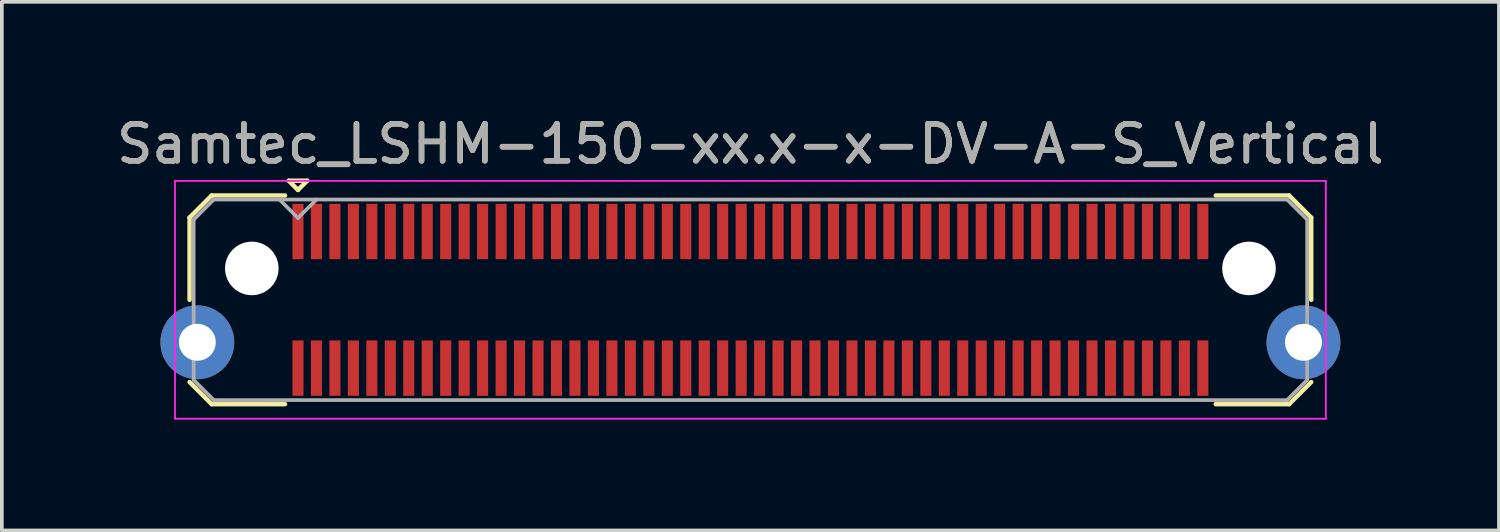
<source format=kicad_pcb>
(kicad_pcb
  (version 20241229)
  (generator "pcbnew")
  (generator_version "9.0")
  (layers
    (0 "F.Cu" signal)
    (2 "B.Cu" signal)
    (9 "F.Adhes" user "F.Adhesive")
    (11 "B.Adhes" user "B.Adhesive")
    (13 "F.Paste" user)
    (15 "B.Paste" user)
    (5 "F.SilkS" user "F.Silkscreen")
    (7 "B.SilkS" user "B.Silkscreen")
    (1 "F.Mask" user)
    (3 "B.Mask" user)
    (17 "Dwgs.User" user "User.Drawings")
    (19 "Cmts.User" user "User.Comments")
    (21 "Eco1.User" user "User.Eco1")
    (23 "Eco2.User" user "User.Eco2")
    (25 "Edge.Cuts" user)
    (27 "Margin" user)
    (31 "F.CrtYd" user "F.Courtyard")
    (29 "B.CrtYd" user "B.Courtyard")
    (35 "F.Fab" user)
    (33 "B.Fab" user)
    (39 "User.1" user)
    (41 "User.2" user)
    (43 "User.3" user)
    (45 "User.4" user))
  (footprint "Samtec_LSHM-150-xx.x-x-DV-A-S_Vertical"
    (layer "F.Cu")
    (at 17.268 5.068)
    (property "Reference" "Samtec_LSHM-150-xx.x-x-DV-A-S_Vertical" (at 0 -4.22 0) (layer "F.SilkS") (effects (font (size 1 1) (thickness 0.15))))
    (attr smd)
    (fp_line (start -15.185 -2.227) (end -15.185 0) (stroke (width 0.12) (type solid)) (layer "F.SilkS"))
    (fp_line (start -15.185 2.227) (end -14.587 2.825) (stroke (width 0.12) (type solid)) (layer "F.SilkS"))
    (fp_line (start -14.587 -2.825) (end -15.185 -2.227) (stroke (width 0.12) (type solid)) (layer "F.SilkS"))
    (fp_line (start -14.587 2.825) (end -12.6 2.825) (stroke (width 0.12) (type solid)) (layer "F.SilkS"))
    (fp_line (start -12.6 -2.825) (end -14.587 -2.825) (stroke (width 0.12) (type solid)) (layer "F.SilkS"))
    (fp_line (start -12.5 -3.225) (end -12 -3.225) (stroke (width 0.12) (type solid)) (layer "F.SilkS"))
    (fp_line (start -12.25 -2.975) (end -12.5 -3.225) (stroke (width 0.12) (type solid)) (layer "F.SilkS"))
    (fp_line (start -12 -3.225) (end -12.25 -2.975) (stroke (width 0.12) (type solid)) (layer "F.SilkS"))
    (fp_line (start 12.6 -2.825) (end 14.587 -2.825) (stroke (width 0.12) (type solid)) (layer "F.SilkS"))
    (fp_line (start 14.587 -2.825) (end 15.185 -2.227) (stroke (width 0.12) (type solid)) (layer "F.SilkS"))
    (fp_line (start 14.587 2.825) (end 12.6 2.825) (stroke (width 0.12) (type solid)) (layer "F.SilkS"))
    (fp_line (start 15.185 -2.227) (end 15.185 0) (stroke (width 0.12) (type solid)) (layer "F.SilkS"))
    (fp_line (start 15.185 2.227) (end 14.587 2.825) (stroke (width 0.12) (type solid)) (layer "F.SilkS"))
    (fp_line (start -15.58 -3.22) (end -15.58 3.22) (stroke (width 0.05) (type solid)) (layer "F.CrtYd"))
    (fp_line (start -15.58 3.22) (end 15.58 3.22) (stroke (width 0.05) (type solid)) (layer "F.CrtYd"))
    (fp_line (start 15.58 -3.22) (end -15.58 -3.22) (stroke (width 0.05) (type solid)) (layer "F.CrtYd"))
    (fp_line (start 15.58 3.22) (end 15.58 -3.22) (stroke (width 0.05) (type solid)) (layer "F.CrtYd"))
    (fp_line (start -15.075 -2.172) (end -15.075 2.172) (stroke (width 0.1) (type solid)) (layer "F.Fab"))
    (fp_line (start -15.075 2.172) (end -14.532 2.715) (stroke (width 0.1) (type solid)) (layer "F.Fab"))
    (fp_line (start -14.532 -2.715) (end -15.075 -2.172) (stroke (width 0.1) (type solid)) (layer "F.Fab"))
    (fp_line (start -14.532 2.715) (end 14.532 2.715) (stroke (width 0.1) (type solid)) (layer "F.Fab"))
    (fp_line (start -12.25 -2.215) (end -12.75 -2.715) (stroke (width 0.1) (type solid)) (layer "F.Fab"))
    (fp_line (start -11.75 -2.715) (end -12.25 -2.215) (stroke (width 0.1) (type solid)) (layer "F.Fab"))
    (fp_line (start 14.532 -2.715) (end -14.532 -2.715) (stroke (width 0.1) (type solid)) (layer "F.Fab"))
    (fp_line (start 14.532 2.715) (end 15.075 2.172) (stroke (width 0.1) (type solid)) (layer "F.Fab"))
    (fp_line (start 15.075 -2.172) (end 14.532 -2.715) (stroke (width 0.1) (type solid)) (layer "F.Fab"))
    (fp_line (start 15.075 2.172) (end 15.075 -2.172) (stroke (width 0.1) (type solid)) (layer "F.Fab"))
    (fp_text user "${REFERENCE}" (at 0 -4.22 0) (layer "F.Fab") (effects (font (size 1 1) (thickness 0.15))))
    (pad "" np_thru_hole circle (at -13.5 -0.85) (size 1.45 1.45) (drill 1.45) (layers "*.Cu" "*.Mask"))
    (pad "" np_thru_hole circle (at 13.5 -0.85) (size 1.45 1.45) (drill 1.45) (layers "*.Cu" "*.Mask"))
    (pad "1" smd rect (at -12.25 -1.85) (size 0.3 1.5) (layers "F.Cu" "F.Mask" "F.Paste"))
    (pad "2" smd rect (at -12.25 1.85) (size 0.3 1.5) (layers "F.Cu" "F.Mask" "F.Paste"))
    (pad "3" smd rect (at -11.75 -1.85) (size 0.3 1.5) (layers "F.Cu" "F.Mask" "F.Paste"))
    (pad "4" smd rect (at -11.75 1.85) (size 0.3 1.5) (layers "F.Cu" "F.Mask" "F.Paste"))
    (pad "5" smd rect (at -11.25 -1.85) (size 0.3 1.5) (layers "F.Cu" "F.Mask" "F.Paste"))
    (pad "6" smd rect (at -11.25 1.85) (size 0.3 1.5) (layers "F.Cu" "F.Mask" "F.Paste"))
    (pad "7" smd rect (at -10.75 -1.85) (size 0.3 1.5) (layers "F.Cu" "F.Mask" "F.Paste"))
    (pad "8" smd rect (at -10.75 1.85) (size 0.3 1.5) (layers "F.Cu" "F.Mask" "F.Paste"))
    (pad "9" smd rect (at -10.25 -1.85) (size 0.3 1.5) (layers "F.Cu" "F.Mask" "F.Paste"))
    (pad "10" smd rect (at -10.25 1.85) (size 0.3 1.5) (layers "F.Cu" "F.Mask" "F.Paste"))
    (pad "11" smd rect (at -9.75 -1.85) (size 0.3 1.5) (layers "F.Cu" "F.Mask" "F.Paste"))
    (pad "12" smd rect (at -9.75 1.85) (size 0.3 1.5) (layers "F.Cu" "F.Mask" "F.Paste"))
    (pad "13" smd rect (at -9.25 -1.85) (size 0.3 1.5) (layers "F.Cu" "F.Mask" "F.Paste"))
    (pad "14" smd rect (at -9.25 1.85) (size 0.3 1.5) (layers "F.Cu" "F.Mask" "F.Paste"))
    (pad "15" smd rect (at -8.75 -1.85) (size 0.3 1.5) (layers "F.Cu" "F.Mask" "F.Paste"))
    (pad "16" smd rect (at -8.75 1.85) (size 0.3 1.5) (layers "F.Cu" "F.Mask" "F.Paste"))
    (pad "17" smd rect (at -8.25 -1.85) (size 0.3 1.5) (layers "F.Cu" "F.Mask" "F.Paste"))
    (pad "18" smd rect (at -8.25 1.85) (size 0.3 1.5) (layers "F.Cu" "F.Mask" "F.Paste"))
    (pad "19" smd rect (at -7.75 -1.85) (size 0.3 1.5) (layers "F.Cu" "F.Mask" "F.Paste"))
    (pad "20" smd rect (at -7.75 1.85) (size 0.3 1.5) (layers "F.Cu" "F.Mask" "F.Paste"))
    (pad "21" smd rect (at -7.25 -1.85) (size 0.3 1.5) (layers "F.Cu" "F.Mask" "F.Paste"))
    (pad "22" smd rect (at -7.25 1.85) (size 0.3 1.5) (layers "F.Cu" "F.Mask" "F.Paste"))
    (pad "23" smd rect (at -6.75 -1.85) (size 0.3 1.5) (layers "F.Cu" "F.Mask" "F.Paste"))
    (pad "24" smd rect (at -6.75 1.85) (size 0.3 1.5) (layers "F.Cu" "F.Mask" "F.Paste"))
    (pad "25" smd rect (at -6.25 -1.85) (size 0.3 1.5) (layers "F.Cu" "F.Mask" "F.Paste"))
    (pad "26" smd rect (at -6.25 1.85) (size 0.3 1.5) (layers "F.Cu" "F.Mask" "F.Paste"))
    (pad "27" smd rect (at -5.75 -1.85) (size 0.3 1.5) (layers "F.Cu" "F.Mask" "F.Paste"))
    (pad "28" smd rect (at -5.75 1.85) (size 0.3 1.5) (layers "F.Cu" "F.Mask" "F.Paste"))
    (pad "29" smd rect (at -5.25 -1.85) (size 0.3 1.5) (layers "F.Cu" "F.Mask" "F.Paste"))
    (pad "30" smd rect (at -5.25 1.85) (size 0.3 1.5) (layers "F.Cu" "F.Mask" "F.Paste"))
    (pad "31" smd rect (at -4.75 -1.85) (size 0.3 1.5) (layers "F.Cu" "F.Mask" "F.Paste"))
    (pad "32" smd rect (at -4.75 1.85) (size 0.3 1.5) (layers "F.Cu" "F.Mask" "F.Paste"))
    (pad "33" smd rect (at -4.25 -1.85) (size 0.3 1.5) (layers "F.Cu" "F.Mask" "F.Paste"))
    (pad "34" smd rect (at -4.25 1.85) (size 0.3 1.5) (layers "F.Cu" "F.Mask" "F.Paste"))
    (pad "35" smd rect (at -3.75 -1.85) (size 0.3 1.5) (layers "F.Cu" "F.Mask" "F.Paste"))
    (pad "36" smd rect (at -3.75 1.85) (size 0.3 1.5) (layers "F.Cu" "F.Mask" "F.Paste"))
    (pad "37" smd rect (at -3.25 -1.85) (size 0.3 1.5) (layers "F.Cu" "F.Mask" "F.Paste"))
    (pad "38" smd rect (at -3.25 1.85) (size 0.3 1.5) (layers "F.Cu" "F.Mask" "F.Paste"))
    (pad "39" smd rect (at -2.75 -1.85) (size 0.3 1.5) (layers "F.Cu" "F.Mask" "F.Paste"))
    (pad "40" smd rect (at -2.75 1.85) (size 0.3 1.5) (layers "F.Cu" "F.Mask" "F.Paste"))
    (pad "41" smd rect (at -2.25 -1.85) (size 0.3 1.5) (layers "F.Cu" "F.Mask" "F.Paste"))
    (pad "42" smd rect (at -2.25 1.85) (size 0.3 1.5) (layers "F.Cu" "F.Mask" "F.Paste"))
    (pad "43" smd rect (at -1.75 -1.85) (size 0.3 1.5) (layers "F.Cu" "F.Mask" "F.Paste"))
    (pad "44" smd rect (at -1.75 1.85) (size 0.3 1.5) (layers "F.Cu" "F.Mask" "F.Paste"))
    (pad "45" smd rect (at -1.25 -1.85) (size 0.3 1.5) (layers "F.Cu" "F.Mask" "F.Paste"))
    (pad "46" smd rect (at -1.25 1.85) (size 0.3 1.5) (layers "F.Cu" "F.Mask" "F.Paste"))
    (pad "47" smd rect (at -0.75 -1.85) (size 0.3 1.5) (layers "F.Cu" "F.Mask" "F.Paste"))
    (pad "48" smd rect (at -0.75 1.85) (size 0.3 1.5) (layers "F.Cu" "F.Mask" "F.Paste"))
    (pad "49" smd rect (at -0.25 -1.85) (size 0.3 1.5) (layers "F.Cu" "F.Mask" "F.Paste"))
    (pad "50" smd rect (at -0.25 1.85) (size 0.3 1.5) (layers "F.Cu" "F.Mask" "F.Paste"))
    (pad "51" smd rect (at 0.25 -1.85) (size 0.3 1.5) (layers "F.Cu" "F.Mask" "F.Paste"))
    (pad "52" smd rect (at 0.25 1.85) (size 0.3 1.5) (layers "F.Cu" "F.Mask" "F.Paste"))
    (pad "53" smd rect (at 0.75 -1.85) (size 0.3 1.5) (layers "F.Cu" "F.Mask" "F.Paste"))
    (pad "54" smd rect (at 0.75 1.85) (size 0.3 1.5) (layers "F.Cu" "F.Mask" "F.Paste"))
    (pad "55" smd rect (at 1.25 -1.85) (size 0.3 1.5) (layers "F.Cu" "F.Mask" "F.Paste"))
    (pad "56" smd rect (at 1.25 1.85) (size 0.3 1.5) (layers "F.Cu" "F.Mask" "F.Paste"))
    (pad "57" smd rect (at 1.75 -1.85) (size 0.3 1.5) (layers "F.Cu" "F.Mask" "F.Paste"))
    (pad "58" smd rect (at 1.75 1.85) (size 0.3 1.5) (layers "F.Cu" "F.Mask" "F.Paste"))
    (pad "59" smd rect (at 2.25 -1.85) (size 0.3 1.5) (layers "F.Cu" "F.Mask" "F.Paste"))
    (pad "60" smd rect (at 2.25 1.85) (size 0.3 1.5) (layers "F.Cu" "F.Mask" "F.Paste"))
    (pad "61" smd rect (at 2.75 -1.85) (size 0.3 1.5) (layers "F.Cu" "F.Mask" "F.Paste"))
    (pad "62" smd rect (at 2.75 1.85) (size 0.3 1.5) (layers "F.Cu" "F.Mask" "F.Paste"))
    (pad "63" smd rect (at 3.25 -1.85) (size 0.3 1.5) (layers "F.Cu" "F.Mask" "F.Paste"))
    (pad "64" smd rect (at 3.25 1.85) (size 0.3 1.5) (layers "F.Cu" "F.Mask" "F.Paste"))
    (pad "65" smd rect (at 3.75 -1.85) (size 0.3 1.5) (layers "F.Cu" "F.Mask" "F.Paste"))
    (pad "66" smd rect (at 3.75 1.85) (size 0.3 1.5) (layers "F.Cu" "F.Mask" "F.Paste"))
    (pad "67" smd rect (at 4.25 -1.85) (size 0.3 1.5) (layers "F.Cu" "F.Mask" "F.Paste"))
    (pad "68" smd rect (at 4.25 1.85) (size 0.3 1.5) (layers "F.Cu" "F.Mask" "F.Paste"))
    (pad "69" smd rect (at 4.75 -1.85) (size 0.3 1.5) (layers "F.Cu" "F.Mask" "F.Paste"))
    (pad "70" smd rect (at 4.75 1.85) (size 0.3 1.5) (layers "F.Cu" "F.Mask" "F.Paste"))
    (pad "71" smd rect (at 5.25 -1.85) (size 0.3 1.5) (layers "F.Cu" "F.Mask" "F.Paste"))
    (pad "72" smd rect (at 5.25 1.85) (size 0.3 1.5) (layers "F.Cu" "F.Mask" "F.Paste"))
    (pad "73" smd rect (at 5.75 -1.85) (size 0.3 1.5) (layers "F.Cu" "F.Mask" "F.Paste"))
    (pad "74" smd rect (at 5.75 1.85) (size 0.3 1.5) (layers "F.Cu" "F.Mask" "F.Paste"))
    (pad "75" smd rect (at 6.25 -1.85) (size 0.3 1.5) (layers "F.Cu" "F.Mask" "F.Paste"))
    (pad "76" smd rect (at 6.25 1.85) (size 0.3 1.5) (layers "F.Cu" "F.Mask" "F.Paste"))
    (pad "77" smd rect (at 6.75 -1.85) (size 0.3 1.5) (layers "F.Cu" "F.Mask" "F.Paste"))
    (pad "78" smd rect (at 6.75 1.85) (size 0.3 1.5) (layers "F.Cu" "F.Mask" "F.Paste"))
    (pad "79" smd rect (at 7.25 -1.85) (size 0.3 1.5) (layers "F.Cu" "F.Mask" "F.Paste"))
    (pad "80" smd rect (at 7.25 1.85) (size 0.3 1.5) (layers "F.Cu" "F.Mask" "F.Paste"))
    (pad "81" smd rect (at 7.75 -1.85) (size 0.3 1.5) (layers "F.Cu" "F.Mask" "F.Paste"))
    (pad "82" smd rect (at 7.75 1.85) (size 0.3 1.5) (layers "F.Cu" "F.Mask" "F.Paste"))
    (pad "83" smd rect (at 8.25 -1.85) (size 0.3 1.5) (layers "F.Cu" "F.Mask" "F.Paste"))
    (pad "84" smd rect (at 8.25 1.85) (size 0.3 1.5) (layers "F.Cu" "F.Mask" "F.Paste"))
    (pad "85" smd rect (at 8.75 -1.85) (size 0.3 1.5) (layers "F.Cu" "F.Mask" "F.Paste"))
    (pad "86" smd rect (at 8.75 1.85) (size 0.3 1.5) (layers "F.Cu" "F.Mask" "F.Paste"))
    (pad "87" smd rect (at 9.25 -1.85) (size 0.3 1.5) (layers "F.Cu" "F.Mask" "F.Paste"))
    (pad "88" smd rect (at 9.25 1.85) (size 0.3 1.5) (layers "F.Cu" "F.Mask" "F.Paste"))
    (pad "89" smd rect (at 9.75 -1.85) (size 0.3 1.5) (layers "F.Cu" "F.Mask" "F.Paste"))
    (pad "90" smd rect (at 9.75 1.85) (size 0.3 1.5) (layers "F.Cu" "F.Mask" "F.Paste"))
    (pad "91" smd rect (at 10.25 -1.85) (size 0.3 1.5) (layers "F.Cu" "F.Mask" "F.Paste"))
    (pad "92" smd rect (at 10.25 1.85) (size 0.3 1.5) (layers "F.Cu" "F.Mask" "F.Paste"))
    (pad "93" smd rect (at 10.75 -1.85) (size 0.3 1.5) (layers "F.Cu" "F.Mask" "F.Paste"))
    (pad "94" smd rect (at 10.75 1.85) (size 0.3 1.5) (layers "F.Cu" "F.Mask" "F.Paste"))
    (pad "95" smd rect (at 11.25 -1.85) (size 0.3 1.5) (layers "F.Cu" "F.Mask" "F.Paste"))
    (pad "96" smd rect (at 11.25 1.85) (size 0.3 1.5) (layers "F.Cu" "F.Mask" "F.Paste"))
    (pad "97" smd rect (at 11.75 -1.85) (size 0.3 1.5) (layers "F.Cu" "F.Mask" "F.Paste"))
    (pad "98" smd rect (at 11.75 1.85) (size 0.3 1.5) (layers "F.Cu" "F.Mask" "F.Paste"))
    (pad "99" smd rect (at 12.25 -1.85) (size 0.3 1.5) (layers "F.Cu" "F.Mask" "F.Paste"))
    (pad "100" smd rect (at 12.25 1.85) (size 0.3 1.5) (layers "F.Cu" "F.Mask" "F.Paste"))
    (pad "SH" thru_hole circle (at -14.975 1.15) (size 2 2) (drill 1) (layers "*.Cu" "*.Mask"))
    (pad "SH" thru_hole circle (at 14.975 1.15) (size 2 2) (drill 1) (layers "*.Cu" "*.Mask")))
  (gr_rect
    (start -3 -3)
    (end 37.536 11.313)
    (stroke (width 0.1) (type default))
    (fill no)
    (layer "Edge.Cuts")))
</source>
